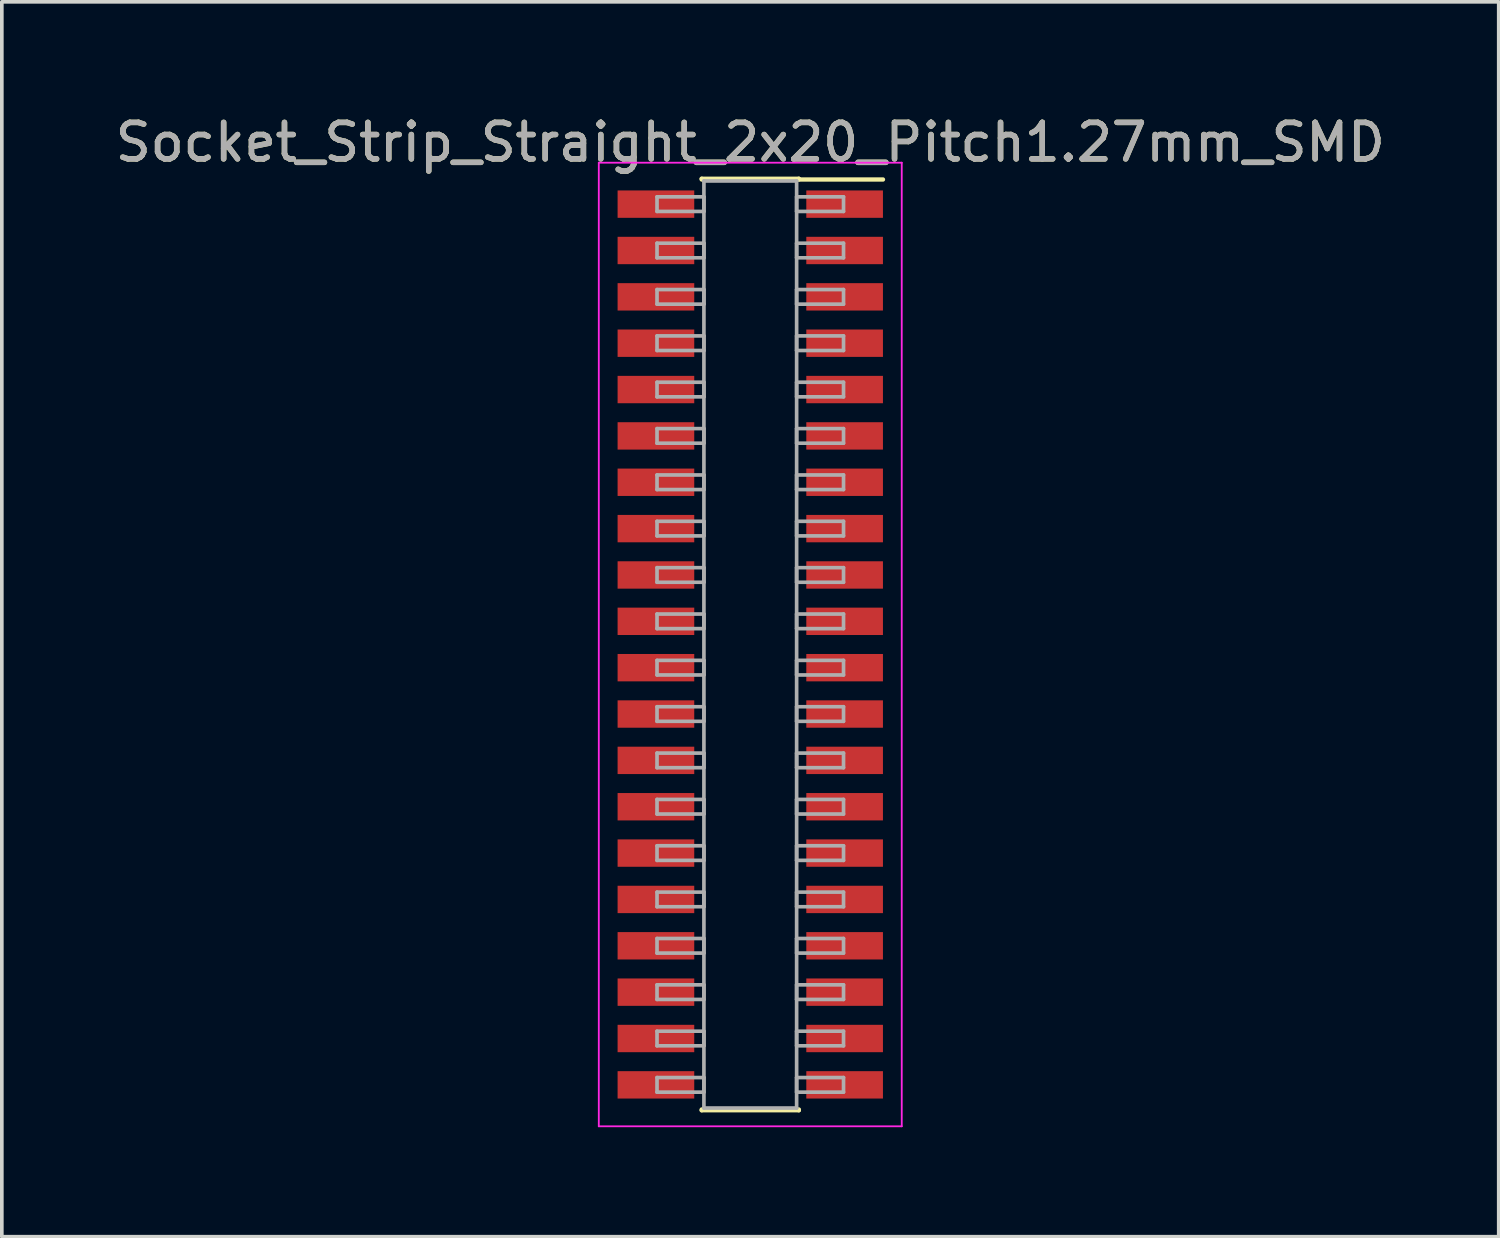
<source format=kicad_pcb>
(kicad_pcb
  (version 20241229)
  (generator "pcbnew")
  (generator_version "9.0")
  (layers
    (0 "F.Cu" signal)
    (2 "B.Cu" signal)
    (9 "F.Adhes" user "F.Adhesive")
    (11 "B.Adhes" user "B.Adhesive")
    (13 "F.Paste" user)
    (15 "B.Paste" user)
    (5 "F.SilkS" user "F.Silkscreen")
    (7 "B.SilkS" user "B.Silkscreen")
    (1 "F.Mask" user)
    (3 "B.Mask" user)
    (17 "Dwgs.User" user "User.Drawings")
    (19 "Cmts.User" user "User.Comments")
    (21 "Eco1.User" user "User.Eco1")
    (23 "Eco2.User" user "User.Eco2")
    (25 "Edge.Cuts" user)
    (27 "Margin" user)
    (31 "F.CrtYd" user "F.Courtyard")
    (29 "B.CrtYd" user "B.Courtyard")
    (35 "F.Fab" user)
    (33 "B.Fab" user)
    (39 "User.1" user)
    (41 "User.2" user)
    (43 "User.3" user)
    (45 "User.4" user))
  (footprint "Socket_Strip_Straight_2x20_Pitch1.27mm_SMD"
    (layer "F.Cu")
    (at 17.506 14.608)
    (property "Reference" "Socket_Strip_Straight_2x20_Pitch1.27mm_SMD" (at 0 -13.76 0) (layer "F.SilkS") (effects (font (size 1 1) (thickness 0.15))))
    (attr smd)
    (fp_line (start -1.33 -12.76) (end 1.33 -12.76) (stroke (width 0.12) (type solid)) (layer "F.SilkS"))
    (fp_line (start -1.33 -12.74) (end -1.33 -12.76) (stroke (width 0.12) (type solid)) (layer "F.SilkS"))
    (fp_line (start -1.33 12.74) (end -1.33 12.76) (stroke (width 0.12) (type solid)) (layer "F.SilkS"))
    (fp_line (start -1.33 12.76) (end 1.33 12.76) (stroke (width 0.12) (type solid)) (layer "F.SilkS"))
    (fp_line (start 1.33 -12.76) (end 1.33 -12.74) (stroke (width 0.12) (type solid)) (layer "F.SilkS"))
    (fp_line (start 1.33 12.76) (end 1.33 12.74) (stroke (width 0.12) (type solid)) (layer "F.SilkS"))
    (fp_line (start 3.635 -12.74) (end 1.33 -12.74) (stroke (width 0.12) (type solid)) (layer "F.SilkS"))
    (fp_line (start -4.15 -13.2) (end -4.15 13.2) (stroke (width 0.05) (type solid)) (layer "F.CrtYd"))
    (fp_line (start -4.15 13.2) (end 4.15 13.2) (stroke (width 0.05) (type solid)) (layer "F.CrtYd"))
    (fp_line (start 4.15 -13.2) (end -4.15 -13.2) (stroke (width 0.05) (type solid)) (layer "F.CrtYd"))
    (fp_line (start 4.15 13.2) (end 4.15 -13.2) (stroke (width 0.05) (type solid)) (layer "F.CrtYd"))
    (fp_line (start -2.555 -12.265) (end -1.27 -12.265) (stroke (width 0.1) (type solid)) (layer "F.Fab"))
    (fp_line (start -2.555 -11.865) (end -2.555 -12.265) (stroke (width 0.1) (type solid)) (layer "F.Fab"))
    (fp_line (start -2.555 -10.995) (end -1.27 -10.995) (stroke (width 0.1) (type solid)) (layer "F.Fab"))
    (fp_line (start -2.555 -10.595) (end -2.555 -10.995) (stroke (width 0.1) (type solid)) (layer "F.Fab"))
    (fp_line (start -2.555 -9.725) (end -1.27 -9.725) (stroke (width 0.1) (type solid)) (layer "F.Fab"))
    (fp_line (start -2.555 -9.325) (end -2.555 -9.725) (stroke (width 0.1) (type solid)) (layer "F.Fab"))
    (fp_line (start -2.555 -8.455) (end -1.27 -8.455) (stroke (width 0.1) (type solid)) (layer "F.Fab"))
    (fp_line (start -2.555 -8.055) (end -2.555 -8.455) (stroke (width 0.1) (type solid)) (layer "F.Fab"))
    (fp_line (start -2.555 -7.185) (end -1.27 -7.185) (stroke (width 0.1) (type solid)) (layer "F.Fab"))
    (fp_line (start -2.555 -6.785) (end -2.555 -7.185) (stroke (width 0.1) (type solid)) (layer "F.Fab"))
    (fp_line (start -2.555 -5.915) (end -1.27 -5.915) (stroke (width 0.1) (type solid)) (layer "F.Fab"))
    (fp_line (start -2.555 -5.515) (end -2.555 -5.915) (stroke (width 0.1) (type solid)) (layer "F.Fab"))
    (fp_line (start -2.555 -4.645) (end -1.27 -4.645) (stroke (width 0.1) (type solid)) (layer "F.Fab"))
    (fp_line (start -2.555 -4.245) (end -2.555 -4.645) (stroke (width 0.1) (type solid)) (layer "F.Fab"))
    (fp_line (start -2.555 -3.375) (end -1.27 -3.375) (stroke (width 0.1) (type solid)) (layer "F.Fab"))
    (fp_line (start -2.555 -2.975) (end -2.555 -3.375) (stroke (width 0.1) (type solid)) (layer "F.Fab"))
    (fp_line (start -2.555 -2.105) (end -1.27 -2.105) (stroke (width 0.1) (type solid)) (layer "F.Fab"))
    (fp_line (start -2.555 -1.705) (end -2.555 -2.105) (stroke (width 0.1) (type solid)) (layer "F.Fab"))
    (fp_line (start -2.555 -0.835) (end -1.27 -0.835) (stroke (width 0.1) (type solid)) (layer "F.Fab"))
    (fp_line (start -2.555 -0.435) (end -2.555 -0.835) (stroke (width 0.1) (type solid)) (layer "F.Fab"))
    (fp_line (start -2.555 0.435) (end -1.27 0.435) (stroke (width 0.1) (type solid)) (layer "F.Fab"))
    (fp_line (start -2.555 0.835) (end -2.555 0.435) (stroke (width 0.1) (type solid)) (layer "F.Fab"))
    (fp_line (start -2.555 1.705) (end -1.27 1.705) (stroke (width 0.1) (type solid)) (layer "F.Fab"))
    (fp_line (start -2.555 2.105) (end -2.555 1.705) (stroke (width 0.1) (type solid)) (layer "F.Fab"))
    (fp_line (start -2.555 2.975) (end -1.27 2.975) (stroke (width 0.1) (type solid)) (layer "F.Fab"))
    (fp_line (start -2.555 3.375) (end -2.555 2.975) (stroke (width 0.1) (type solid)) (layer "F.Fab"))
    (fp_line (start -2.555 4.245) (end -1.27 4.245) (stroke (width 0.1) (type solid)) (layer "F.Fab"))
    (fp_line (start -2.555 4.645) (end -2.555 4.245) (stroke (width 0.1) (type solid)) (layer "F.Fab"))
    (fp_line (start -2.555 5.515) (end -1.27 5.515) (stroke (width 0.1) (type solid)) (layer "F.Fab"))
    (fp_line (start -2.555 5.915) (end -2.555 5.515) (stroke (width 0.1) (type solid)) (layer "F.Fab"))
    (fp_line (start -2.555 6.785) (end -1.27 6.785) (stroke (width 0.1) (type solid)) (layer "F.Fab"))
    (fp_line (start -2.555 7.185) (end -2.555 6.785) (stroke (width 0.1) (type solid)) (layer "F.Fab"))
    (fp_line (start -2.555 8.055) (end -1.27 8.055) (stroke (width 0.1) (type solid)) (layer "F.Fab"))
    (fp_line (start -2.555 8.455) (end -2.555 8.055) (stroke (width 0.1) (type solid)) (layer "F.Fab"))
    (fp_line (start -2.555 9.325) (end -1.27 9.325) (stroke (width 0.1) (type solid)) (layer "F.Fab"))
    (fp_line (start -2.555 9.725) (end -2.555 9.325) (stroke (width 0.1) (type solid)) (layer "F.Fab"))
    (fp_line (start -2.555 10.595) (end -1.27 10.595) (stroke (width 0.1) (type solid)) (layer "F.Fab"))
    (fp_line (start -2.555 10.995) (end -2.555 10.595) (stroke (width 0.1) (type solid)) (layer "F.Fab"))
    (fp_line (start -2.555 11.865) (end -1.27 11.865) (stroke (width 0.1) (type solid)) (layer "F.Fab"))
    (fp_line (start -2.555 12.265) (end -2.555 11.865) (stroke (width 0.1) (type solid)) (layer "F.Fab"))
    (fp_line (start -1.27 -12.7) (end -1.27 12.7) (stroke (width 0.1) (type solid)) (layer "F.Fab"))
    (fp_line (start -1.27 -12.265) (end -1.27 -11.865) (stroke (width 0.1) (type solid)) (layer "F.Fab"))
    (fp_line (start -1.27 -11.865) (end -2.555 -11.865) (stroke (width 0.1) (type solid)) (layer "F.Fab"))
    (fp_line (start -1.27 -10.995) (end -1.27 -10.595) (stroke (width 0.1) (type solid)) (layer "F.Fab"))
    (fp_line (start -1.27 -10.595) (end -2.555 -10.595) (stroke (width 0.1) (type solid)) (layer "F.Fab"))
    (fp_line (start -1.27 -9.725) (end -1.27 -9.325) (stroke (width 0.1) (type solid)) (layer "F.Fab"))
    (fp_line (start -1.27 -9.325) (end -2.555 -9.325) (stroke (width 0.1) (type solid)) (layer "F.Fab"))
    (fp_line (start -1.27 -8.455) (end -1.27 -8.055) (stroke (width 0.1) (type solid)) (layer "F.Fab"))
    (fp_line (start -1.27 -8.055) (end -2.555 -8.055) (stroke (width 0.1) (type solid)) (layer "F.Fab"))
    (fp_line (start -1.27 -7.185) (end -1.27 -6.785) (stroke (width 0.1) (type solid)) (layer "F.Fab"))
    (fp_line (start -1.27 -6.785) (end -2.555 -6.785) (stroke (width 0.1) (type solid)) (layer "F.Fab"))
    (fp_line (start -1.27 -5.915) (end -1.27 -5.515) (stroke (width 0.1) (type solid)) (layer "F.Fab"))
    (fp_line (start -1.27 -5.515) (end -2.555 -5.515) (stroke (width 0.1) (type solid)) (layer "F.Fab"))
    (fp_line (start -1.27 -4.645) (end -1.27 -4.245) (stroke (width 0.1) (type solid)) (layer "F.Fab"))
    (fp_line (start -1.27 -4.245) (end -2.555 -4.245) (stroke (width 0.1) (type solid)) (layer "F.Fab"))
    (fp_line (start -1.27 -3.375) (end -1.27 -2.975) (stroke (width 0.1) (type solid)) (layer "F.Fab"))
    (fp_line (start -1.27 -2.975) (end -2.555 -2.975) (stroke (width 0.1) (type solid)) (layer "F.Fab"))
    (fp_line (start -1.27 -2.105) (end -1.27 -1.705) (stroke (width 0.1) (type solid)) (layer "F.Fab"))
    (fp_line (start -1.27 -1.705) (end -2.555 -1.705) (stroke (width 0.1) (type solid)) (layer "F.Fab"))
    (fp_line (start -1.27 -0.835) (end -1.27 -0.435) (stroke (width 0.1) (type solid)) (layer "F.Fab"))
    (fp_line (start -1.27 -0.435) (end -2.555 -0.435) (stroke (width 0.1) (type solid)) (layer "F.Fab"))
    (fp_line (start -1.27 0.435) (end -1.27 0.835) (stroke (width 0.1) (type solid)) (layer "F.Fab"))
    (fp_line (start -1.27 0.835) (end -2.555 0.835) (stroke (width 0.1) (type solid)) (layer "F.Fab"))
    (fp_line (start -1.27 1.705) (end -1.27 2.105) (stroke (width 0.1) (type solid)) (layer "F.Fab"))
    (fp_line (start -1.27 2.105) (end -2.555 2.105) (stroke (width 0.1) (type solid)) (layer "F.Fab"))
    (fp_line (start -1.27 2.975) (end -1.27 3.375) (stroke (width 0.1) (type solid)) (layer "F.Fab"))
    (fp_line (start -1.27 3.375) (end -2.555 3.375) (stroke (width 0.1) (type solid)) (layer "F.Fab"))
    (fp_line (start -1.27 4.245) (end -1.27 4.645) (stroke (width 0.1) (type solid)) (layer "F.Fab"))
    (fp_line (start -1.27 4.645) (end -2.555 4.645) (stroke (width 0.1) (type solid)) (layer "F.Fab"))
    (fp_line (start -1.27 5.515) (end -1.27 5.915) (stroke (width 0.1) (type solid)) (layer "F.Fab"))
    (fp_line (start -1.27 5.915) (end -2.555 5.915) (stroke (width 0.1) (type solid)) (layer "F.Fab"))
    (fp_line (start -1.27 6.785) (end -1.27 7.185) (stroke (width 0.1) (type solid)) (layer "F.Fab"))
    (fp_line (start -1.27 7.185) (end -2.555 7.185) (stroke (width 0.1) (type solid)) (layer "F.Fab"))
    (fp_line (start -1.27 8.055) (end -1.27 8.455) (stroke (width 0.1) (type solid)) (layer "F.Fab"))
    (fp_line (start -1.27 8.455) (end -2.555 8.455) (stroke (width 0.1) (type solid)) (layer "F.Fab"))
    (fp_line (start -1.27 9.325) (end -1.27 9.725) (stroke (width 0.1) (type solid)) (layer "F.Fab"))
    (fp_line (start -1.27 9.725) (end -2.555 9.725) (stroke (width 0.1) (type solid)) (layer "F.Fab"))
    (fp_line (start -1.27 10.595) (end -1.27 10.995) (stroke (width 0.1) (type solid)) (layer "F.Fab"))
    (fp_line (start -1.27 10.995) (end -2.555 10.995) (stroke (width 0.1) (type solid)) (layer "F.Fab"))
    (fp_line (start -1.27 11.865) (end -1.27 12.265) (stroke (width 0.1) (type solid)) (layer "F.Fab"))
    (fp_line (start -1.27 12.265) (end -2.555 12.265) (stroke (width 0.1) (type solid)) (layer "F.Fab"))
    (fp_line (start -1.27 12.7) (end 1.27 12.7) (stroke (width 0.1) (type solid)) (layer "F.Fab"))
    (fp_line (start 1.27 -12.7) (end -1.27 -12.7) (stroke (width 0.1) (type solid)) (layer "F.Fab"))
    (fp_line (start 1.27 -12.265) (end 1.27 -11.865) (stroke (width 0.1) (type solid)) (layer "F.Fab"))
    (fp_line (start 1.27 -11.865) (end 2.555 -11.865) (stroke (width 0.1) (type solid)) (layer "F.Fab"))
    (fp_line (start 1.27 -10.995) (end 1.27 -10.595) (stroke (width 0.1) (type solid)) (layer "F.Fab"))
    (fp_line (start 1.27 -10.595) (end 2.555 -10.595) (stroke (width 0.1) (type solid)) (layer "F.Fab"))
    (fp_line (start 1.27 -9.725) (end 1.27 -9.325) (stroke (width 0.1) (type solid)) (layer "F.Fab"))
    (fp_line (start 1.27 -9.325) (end 2.555 -9.325) (stroke (width 0.1) (type solid)) (layer "F.Fab"))
    (fp_line (start 1.27 -8.455) (end 1.27 -8.055) (stroke (width 0.1) (type solid)) (layer "F.Fab"))
    (fp_line (start 1.27 -8.055) (end 2.555 -8.055) (stroke (width 0.1) (type solid)) (layer "F.Fab"))
    (fp_line (start 1.27 -7.185) (end 1.27 -6.785) (stroke (width 0.1) (type solid)) (layer "F.Fab"))
    (fp_line (start 1.27 -6.785) (end 2.555 -6.785) (stroke (width 0.1) (type solid)) (layer "F.Fab"))
    (fp_line (start 1.27 -5.915) (end 1.27 -5.515) (stroke (width 0.1) (type solid)) (layer "F.Fab"))
    (fp_line (start 1.27 -5.515) (end 2.555 -5.515) (stroke (width 0.1) (type solid)) (layer "F.Fab"))
    (fp_line (start 1.27 -4.645) (end 1.27 -4.245) (stroke (width 0.1) (type solid)) (layer "F.Fab"))
    (fp_line (start 1.27 -4.245) (end 2.555 -4.245) (stroke (width 0.1) (type solid)) (layer "F.Fab"))
    (fp_line (start 1.27 -3.375) (end 1.27 -2.975) (stroke (width 0.1) (type solid)) (layer "F.Fab"))
    (fp_line (start 1.27 -2.975) (end 2.555 -2.975) (stroke (width 0.1) (type solid)) (layer "F.Fab"))
    (fp_line (start 1.27 -2.105) (end 1.27 -1.705) (stroke (width 0.1) (type solid)) (layer "F.Fab"))
    (fp_line (start 1.27 -1.705) (end 2.555 -1.705) (stroke (width 0.1) (type solid)) (layer "F.Fab"))
    (fp_line (start 1.27 -0.835) (end 1.27 -0.435) (stroke (width 0.1) (type solid)) (layer "F.Fab"))
    (fp_line (start 1.27 -0.435) (end 2.555 -0.435) (stroke (width 0.1) (type solid)) (layer "F.Fab"))
    (fp_line (start 1.27 0.435) (end 1.27 0.835) (stroke (width 0.1) (type solid)) (layer "F.Fab"))
    (fp_line (start 1.27 0.835) (end 2.555 0.835) (stroke (width 0.1) (type solid)) (layer "F.Fab"))
    (fp_line (start 1.27 1.705) (end 1.27 2.105) (stroke (width 0.1) (type solid)) (layer "F.Fab"))
    (fp_line (start 1.27 2.105) (end 2.555 2.105) (stroke (width 0.1) (type solid)) (layer "F.Fab"))
    (fp_line (start 1.27 2.975) (end 1.27 3.375) (stroke (width 0.1) (type solid)) (layer "F.Fab"))
    (fp_line (start 1.27 3.375) (end 2.555 3.375) (stroke (width 0.1) (type solid)) (layer "F.Fab"))
    (fp_line (start 1.27 4.245) (end 1.27 4.645) (stroke (width 0.1) (type solid)) (layer "F.Fab"))
    (fp_line (start 1.27 4.645) (end 2.555 4.645) (stroke (width 0.1) (type solid)) (layer "F.Fab"))
    (fp_line (start 1.27 5.515) (end 1.27 5.915) (stroke (width 0.1) (type solid)) (layer "F.Fab"))
    (fp_line (start 1.27 5.915) (end 2.555 5.915) (stroke (width 0.1) (type solid)) (layer "F.Fab"))
    (fp_line (start 1.27 6.785) (end 1.27 7.185) (stroke (width 0.1) (type solid)) (layer "F.Fab"))
    (fp_line (start 1.27 7.185) (end 2.555 7.185) (stroke (width 0.1) (type solid)) (layer "F.Fab"))
    (fp_line (start 1.27 8.055) (end 1.27 8.455) (stroke (width 0.1) (type solid)) (layer "F.Fab"))
    (fp_line (start 1.27 8.455) (end 2.555 8.455) (stroke (width 0.1) (type solid)) (layer "F.Fab"))
    (fp_line (start 1.27 9.325) (end 1.27 9.725) (stroke (width 0.1) (type solid)) (layer "F.Fab"))
    (fp_line (start 1.27 9.725) (end 2.555 9.725) (stroke (width 0.1) (type solid)) (layer "F.Fab"))
    (fp_line (start 1.27 10.595) (end 1.27 10.995) (stroke (width 0.1) (type solid)) (layer "F.Fab"))
    (fp_line (start 1.27 10.995) (end 2.555 10.995) (stroke (width 0.1) (type solid)) (layer "F.Fab"))
    (fp_line (start 1.27 11.865) (end 1.27 12.265) (stroke (width 0.1) (type solid)) (layer "F.Fab"))
    (fp_line (start 1.27 12.265) (end 2.555 12.265) (stroke (width 0.1) (type solid)) (layer "F.Fab"))
    (fp_line (start 1.27 12.7) (end 1.27 -12.7) (stroke (width 0.1) (type solid)) (layer "F.Fab"))
    (fp_line (start 2.555 -12.265) (end 1.27 -12.265) (stroke (width 0.1) (type solid)) (layer "F.Fab"))
    (fp_line (start 2.555 -11.865) (end 2.555 -12.265) (stroke (width 0.1) (type solid)) (layer "F.Fab"))
    (fp_line (start 2.555 -10.995) (end 1.27 -10.995) (stroke (width 0.1) (type solid)) (layer "F.Fab"))
    (fp_line (start 2.555 -10.595) (end 2.555 -10.995) (stroke (width 0.1) (type solid)) (layer "F.Fab"))
    (fp_line (start 2.555 -9.725) (end 1.27 -9.725) (stroke (width 0.1) (type solid)) (layer "F.Fab"))
    (fp_line (start 2.555 -9.325) (end 2.555 -9.725) (stroke (width 0.1) (type solid)) (layer "F.Fab"))
    (fp_line (start 2.555 -8.455) (end 1.27 -8.455) (stroke (width 0.1) (type solid)) (layer "F.Fab"))
    (fp_line (start 2.555 -8.055) (end 2.555 -8.455) (stroke (width 0.1) (type solid)) (layer "F.Fab"))
    (fp_line (start 2.555 -7.185) (end 1.27 -7.185) (stroke (width 0.1) (type solid)) (layer "F.Fab"))
    (fp_line (start 2.555 -6.785) (end 2.555 -7.185) (stroke (width 0.1) (type solid)) (layer "F.Fab"))
    (fp_line (start 2.555 -5.915) (end 1.27 -5.915) (stroke (width 0.1) (type solid)) (layer "F.Fab"))
    (fp_line (start 2.555 -5.515) (end 2.555 -5.915) (stroke (width 0.1) (type solid)) (layer "F.Fab"))
    (fp_line (start 2.555 -4.645) (end 1.27 -4.645) (stroke (width 0.1) (type solid)) (layer "F.Fab"))
    (fp_line (start 2.555 -4.245) (end 2.555 -4.645) (stroke (width 0.1) (type solid)) (layer "F.Fab"))
    (fp_line (start 2.555 -3.375) (end 1.27 -3.375) (stroke (width 0.1) (type solid)) (layer "F.Fab"))
    (fp_line (start 2.555 -2.975) (end 2.555 -3.375) (stroke (width 0.1) (type solid)) (layer "F.Fab"))
    (fp_line (start 2.555 -2.105) (end 1.27 -2.105) (stroke (width 0.1) (type solid)) (layer "F.Fab"))
    (fp_line (start 2.555 -1.705) (end 2.555 -2.105) (stroke (width 0.1) (type solid)) (layer "F.Fab"))
    (fp_line (start 2.555 -0.835) (end 1.27 -0.835) (stroke (width 0.1) (type solid)) (layer "F.Fab"))
    (fp_line (start 2.555 -0.435) (end 2.555 -0.835) (stroke (width 0.1) (type solid)) (layer "F.Fab"))
    (fp_line (start 2.555 0.435) (end 1.27 0.435) (stroke (width 0.1) (type solid)) (layer "F.Fab"))
    (fp_line (start 2.555 0.835) (end 2.555 0.435) (stroke (width 0.1) (type solid)) (layer "F.Fab"))
    (fp_line (start 2.555 1.705) (end 1.27 1.705) (stroke (width 0.1) (type solid)) (layer "F.Fab"))
    (fp_line (start 2.555 2.105) (end 2.555 1.705) (stroke (width 0.1) (type solid)) (layer "F.Fab"))
    (fp_line (start 2.555 2.975) (end 1.27 2.975) (stroke (width 0.1) (type solid)) (layer "F.Fab"))
    (fp_line (start 2.555 3.375) (end 2.555 2.975) (stroke (width 0.1) (type solid)) (layer "F.Fab"))
    (fp_line (start 2.555 4.245) (end 1.27 4.245) (stroke (width 0.1) (type solid)) (layer "F.Fab"))
    (fp_line (start 2.555 4.645) (end 2.555 4.245) (stroke (width 0.1) (type solid)) (layer "F.Fab"))
    (fp_line (start 2.555 5.515) (end 1.27 5.515) (stroke (width 0.1) (type solid)) (layer "F.Fab"))
    (fp_line (start 2.555 5.915) (end 2.555 5.515) (stroke (width 0.1) (type solid)) (layer "F.Fab"))
    (fp_line (start 2.555 6.785) (end 1.27 6.785) (stroke (width 0.1) (type solid)) (layer "F.Fab"))
    (fp_line (start 2.555 7.185) (end 2.555 6.785) (stroke (width 0.1) (type solid)) (layer "F.Fab"))
    (fp_line (start 2.555 8.055) (end 1.27 8.055) (stroke (width 0.1) (type solid)) (layer "F.Fab"))
    (fp_line (start 2.555 8.455) (end 2.555 8.055) (stroke (width 0.1) (type solid)) (layer "F.Fab"))
    (fp_line (start 2.555 9.325) (end 1.27 9.325) (stroke (width 0.1) (type solid)) (layer "F.Fab"))
    (fp_line (start 2.555 9.725) (end 2.555 9.325) (stroke (width 0.1) (type solid)) (layer "F.Fab"))
    (fp_line (start 2.555 10.595) (end 1.27 10.595) (stroke (width 0.1) (type solid)) (layer "F.Fab"))
    (fp_line (start 2.555 10.995) (end 2.555 10.595) (stroke (width 0.1) (type solid)) (layer "F.Fab"))
    (fp_line (start 2.555 11.865) (end 1.27 11.865) (stroke (width 0.1) (type solid)) (layer "F.Fab"))
    (fp_line (start 2.555 12.265) (end 2.555 11.865) (stroke (width 0.1) (type solid)) (layer "F.Fab"))
    (fp_text user "${REFERENCE}" (at 0 -13.76 0) (layer "F.Fab") (effects (font (size 1 1) (thickness 0.15))))
    (pad "1" smd rect (at 2.585 -12.065) (size 2.1 0.75) (layers "F.Cu" "F.Mask" "F.Paste"))
    (pad "2" smd rect (at -2.585 -12.065) (size 2.1 0.75) (layers "F.Cu" "F.Mask" "F.Paste"))
    (pad "3" smd rect (at 2.585 -10.795) (size 2.1 0.75) (layers "F.Cu" "F.Mask" "F.Paste"))
    (pad "4" smd rect (at -2.585 -10.795) (size 2.1 0.75) (layers "F.Cu" "F.Mask" "F.Paste"))
    (pad "5" smd rect (at 2.585 -9.525) (size 2.1 0.75) (layers "F.Cu" "F.Mask" "F.Paste"))
    (pad "6" smd rect (at -2.585 -9.525) (size 2.1 0.75) (layers "F.Cu" "F.Mask" "F.Paste"))
    (pad "7" smd rect (at 2.585 -8.255) (size 2.1 0.75) (layers "F.Cu" "F.Mask" "F.Paste"))
    (pad "8" smd rect (at -2.585 -8.255) (size 2.1 0.75) (layers "F.Cu" "F.Mask" "F.Paste"))
    (pad "9" smd rect (at 2.585 -6.985) (size 2.1 0.75) (layers "F.Cu" "F.Mask" "F.Paste"))
    (pad "10" smd rect (at -2.585 -6.985) (size 2.1 0.75) (layers "F.Cu" "F.Mask" "F.Paste"))
    (pad "11" smd rect (at 2.585 -5.715) (size 2.1 0.75) (layers "F.Cu" "F.Mask" "F.Paste"))
    (pad "12" smd rect (at -2.585 -5.715) (size 2.1 0.75) (layers "F.Cu" "F.Mask" "F.Paste"))
    (pad "13" smd rect (at 2.585 -4.445) (size 2.1 0.75) (layers "F.Cu" "F.Mask" "F.Paste"))
    (pad "14" smd rect (at -2.585 -4.445) (size 2.1 0.75) (layers "F.Cu" "F.Mask" "F.Paste"))
    (pad "15" smd rect (at 2.585 -3.175) (size 2.1 0.75) (layers "F.Cu" "F.Mask" "F.Paste"))
    (pad "16" smd rect (at -2.585 -3.175) (size 2.1 0.75) (layers "F.Cu" "F.Mask" "F.Paste"))
    (pad "17" smd rect (at 2.585 -1.905) (size 2.1 0.75) (layers "F.Cu" "F.Mask" "F.Paste"))
    (pad "18" smd rect (at -2.585 -1.905) (size 2.1 0.75) (layers "F.Cu" "F.Mask" "F.Paste"))
    (pad "19" smd rect (at 2.585 -0.635) (size 2.1 0.75) (layers "F.Cu" "F.Mask" "F.Paste"))
    (pad "20" smd rect (at -2.585 -0.635) (size 2.1 0.75) (layers "F.Cu" "F.Mask" "F.Paste"))
    (pad "21" smd rect (at 2.585 0.635) (size 2.1 0.75) (layers "F.Cu" "F.Mask" "F.Paste"))
    (pad "22" smd rect (at -2.585 0.635) (size 2.1 0.75) (layers "F.Cu" "F.Mask" "F.Paste"))
    (pad "23" smd rect (at 2.585 1.905) (size 2.1 0.75) (layers "F.Cu" "F.Mask" "F.Paste"))
    (pad "24" smd rect (at -2.585 1.905) (size 2.1 0.75) (layers "F.Cu" "F.Mask" "F.Paste"))
    (pad "25" smd rect (at 2.585 3.175) (size 2.1 0.75) (layers "F.Cu" "F.Mask" "F.Paste"))
    (pad "26" smd rect (at -2.585 3.175) (size 2.1 0.75) (layers "F.Cu" "F.Mask" "F.Paste"))
    (pad "27" smd rect (at 2.585 4.445) (size 2.1 0.75) (layers "F.Cu" "F.Mask" "F.Paste"))
    (pad "28" smd rect (at -2.585 4.445) (size 2.1 0.75) (layers "F.Cu" "F.Mask" "F.Paste"))
    (pad "29" smd rect (at 2.585 5.715) (size 2.1 0.75) (layers "F.Cu" "F.Mask" "F.Paste"))
    (pad "30" smd rect (at -2.585 5.715) (size 2.1 0.75) (layers "F.Cu" "F.Mask" "F.Paste"))
    (pad "31" smd rect (at 2.585 6.985) (size 2.1 0.75) (layers "F.Cu" "F.Mask" "F.Paste"))
    (pad "32" smd rect (at -2.585 6.985) (size 2.1 0.75) (layers "F.Cu" "F.Mask" "F.Paste"))
    (pad "33" smd rect (at 2.585 8.255) (size 2.1 0.75) (layers "F.Cu" "F.Mask" "F.Paste"))
    (pad "34" smd rect (at -2.585 8.255) (size 2.1 0.75) (layers "F.Cu" "F.Mask" "F.Paste"))
    (pad "35" smd rect (at 2.585 9.525) (size 2.1 0.75) (layers "F.Cu" "F.Mask" "F.Paste"))
    (pad "36" smd rect (at -2.585 9.525) (size 2.1 0.75) (layers "F.Cu" "F.Mask" "F.Paste"))
    (pad "37" smd rect (at 2.585 10.795) (size 2.1 0.75) (layers "F.Cu" "F.Mask" "F.Paste"))
    (pad "38" smd rect (at -2.585 10.795) (size 2.1 0.75) (layers "F.Cu" "F.Mask" "F.Paste"))
    (pad "39" smd rect (at 2.585 12.065) (size 2.1 0.75) (layers "F.Cu" "F.Mask" "F.Paste"))
    (pad "40" smd rect (at -2.585 12.065) (size 2.1 0.75) (layers "F.Cu" "F.Mask" "F.Paste")))
  (gr_rect
    (start -3 -3)
    (end 38.012 30.833)
    (stroke (width 0.1) (type default))
    (fill no)
    (layer "Edge.Cuts")))
</source>
